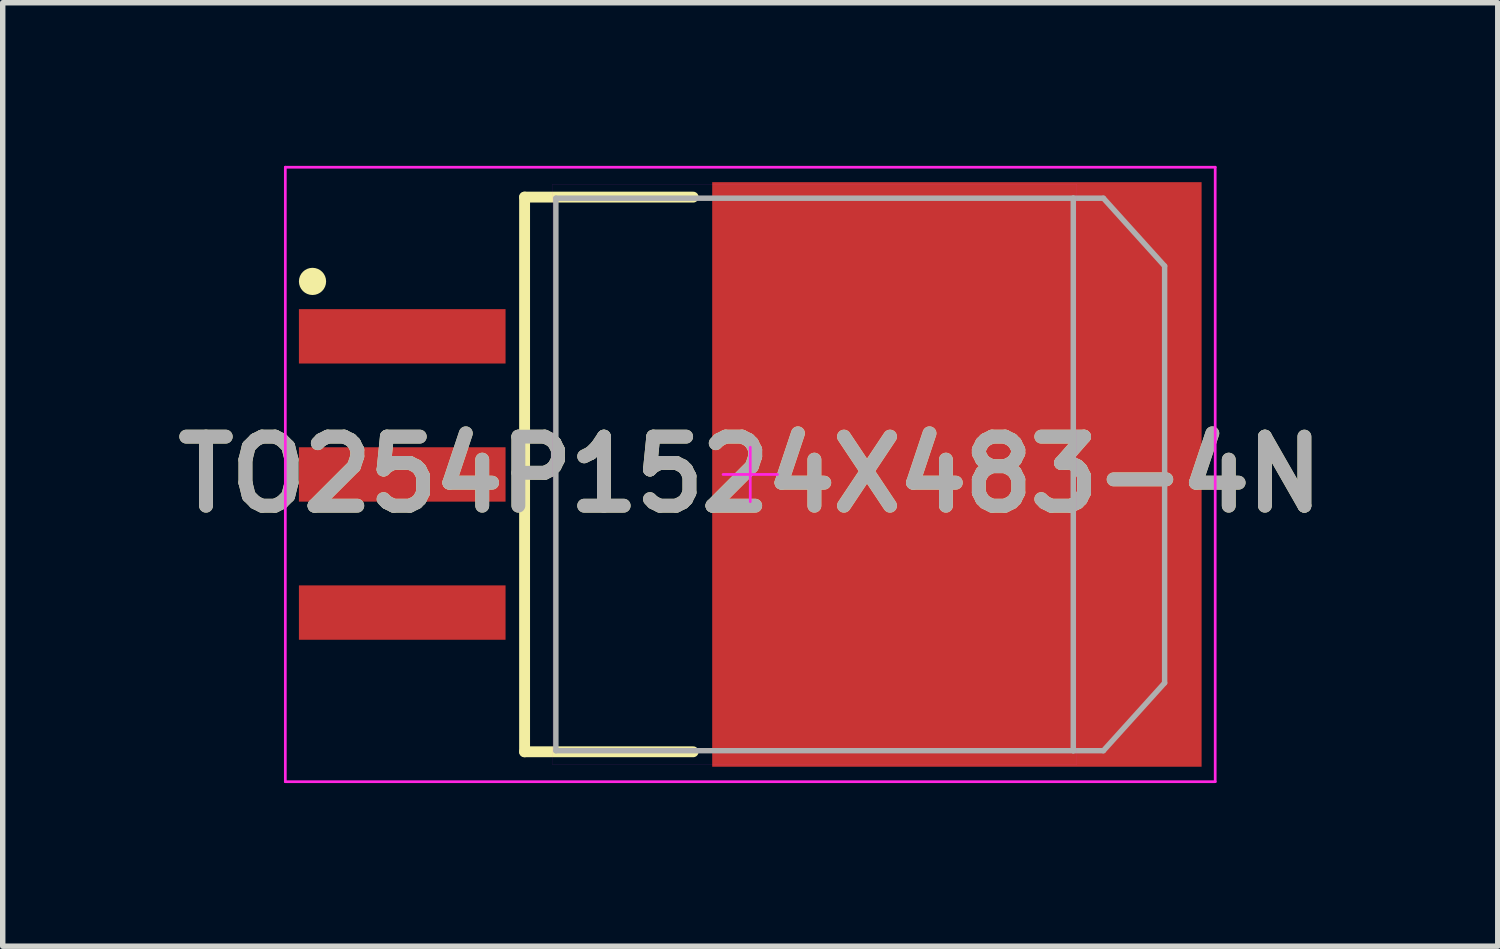
<source format=kicad_pcb>
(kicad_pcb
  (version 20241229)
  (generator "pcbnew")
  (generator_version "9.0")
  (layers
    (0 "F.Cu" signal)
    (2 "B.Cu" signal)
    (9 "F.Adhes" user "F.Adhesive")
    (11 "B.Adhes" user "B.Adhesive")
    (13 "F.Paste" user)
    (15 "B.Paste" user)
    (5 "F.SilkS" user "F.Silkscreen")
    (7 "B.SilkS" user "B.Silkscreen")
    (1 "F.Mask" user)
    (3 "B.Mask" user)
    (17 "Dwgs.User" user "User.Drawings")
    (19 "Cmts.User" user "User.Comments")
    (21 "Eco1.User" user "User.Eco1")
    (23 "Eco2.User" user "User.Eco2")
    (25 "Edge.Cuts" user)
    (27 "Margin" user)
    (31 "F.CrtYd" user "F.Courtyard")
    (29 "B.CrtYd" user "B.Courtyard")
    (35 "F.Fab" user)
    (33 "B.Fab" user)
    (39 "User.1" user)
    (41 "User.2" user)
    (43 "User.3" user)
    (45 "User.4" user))
  (footprint "TO254P1524X483-4N"
    (layer "F.Cu")
    (at 10.747 5.675)
    (property "Reference" "TO254P1524X483-4N" (at 0 0 0) (layer "F.SilkS") (effects (font (size 1.27 1.27) (thickness 0.254))))
    (attr smd)
    (fp_line (start -4.15 -5.1) (end -1.05 -5.1) (stroke (width 0.2) (type solid)) (layer "F.SilkS"))
    (fp_line (start -4.15 5.1) (end -4.15 -5.1) (stroke (width 0.2) (type solid)) (layer "F.SilkS"))
    (fp_line (start -1.05 5.1) (end -4.15 5.1) (stroke (width 0.2) (type solid)) (layer "F.SilkS"))
    (fp_circle (center -8.05 -3.55) (end -8.05 -3.425) (stroke (width 0.25) (type solid)) (fill no) (layer "F.SilkS"))
    (fp_line (start -8.55 -5.65) (end -8.55 5.65) (stroke (width 0.05) (type solid)) (layer "F.CrtYd"))
    (fp_line (start -8.55 5.65) (end 8.55 5.65) (stroke (width 0.05) (type solid)) (layer "F.CrtYd"))
    (fp_line (start -3.642 -5.335) (end -3.642 5.335) (stroke (width 0.001) (type solid)) (layer "F.CrtYd"))
    (fp_line (start -3.642 5.335) (end 6.008 5.335) (stroke (width 0.001) (type solid)) (layer "F.CrtYd"))
    (fp_line (start -0.5 0) (end 0.5 0) (stroke (width 0.05) (type solid)) (layer "F.CrtYd"))
    (fp_line (start 0 0.5) (end 0 -0.5) (stroke (width 0.05) (type solid)) (layer "F.CrtYd"))
    (fp_line (start 6.008 -5.335) (end -3.642 -5.335) (stroke (width 0.001) (type solid)) (layer "F.CrtYd"))
    (fp_line (start 6.008 5.335) (end 6.008 -5.335) (stroke (width 0.001) (type solid)) (layer "F.CrtYd"))
    (fp_line (start 8.55 -5.65) (end -8.55 -5.65) (stroke (width 0.05) (type solid)) (layer "F.CrtYd"))
    (fp_line (start 8.55 5.65) (end 8.55 -5.65) (stroke (width 0.05) (type solid)) (layer "F.CrtYd"))
    (fp_line (start -3.575 -5.08) (end -3.575 5.08) (stroke (width 0.1) (type solid)) (layer "F.Fab"))
    (fp_line (start -3.575 5.08) (end 5.94 5.08) (stroke (width 0.1) (type solid)) (layer "F.Fab"))
    (fp_line (start 5.94 -5.08) (end -3.575 -5.08) (stroke (width 0.1) (type solid)) (layer "F.Fab"))
    (fp_line (start 5.94 5.08) (end 5.94 -5.08) (stroke (width 0.1) (type solid)) (layer "F.Fab"))
    (fp_line (start 5.94 5.08) (end 6.494 5.08) (stroke (width 0.1) (type solid)) (layer "F.Fab"))
    (fp_line (start 6.494 -5.08) (end 5.94 -5.08) (stroke (width 0.1) (type solid)) (layer "F.Fab"))
    (fp_line (start 6.494 5.08) (end 7.62 3.833) (stroke (width 0.1) (type solid)) (layer "F.Fab"))
    (fp_line (start 7.62 -3.833) (end 6.494 -5.08) (stroke (width 0.1) (type solid)) (layer "F.Fab"))
    (fp_line (start 7.62 3.833) (end 7.62 -3.833) (stroke (width 0.1) (type solid)) (layer "F.Fab"))
    (fp_text user "${REFERENCE}" (at 0 0 0) (layer "F.Fab") (effects (font (size 1.27 1.27) (thickness 0.254))))
    (pad "1" smd rect (at -6.4 -2.54 90) (size 1 3.8) (layers "F.Cu" "F.Mask" "F.Paste"))
    (pad "2" smd rect (at -6.4 0 90) (size 1 3.8) (layers "F.Cu" "F.Mask" "F.Paste"))
    (pad "3" smd rect (at -6.4 2.54 90) (size 1 3.8) (layers "F.Cu" "F.Mask" "F.Paste"))
    (pad "4" smd rect (at 3.8 0) (size 9 10.75) (layers "F.Cu" "F.Mask" "F.Paste")))
  (gr_rect
    (start -3 -3)
    (end 24.493 14.35)
    (stroke (width 0.1) (type default))
    (fill no)
    (layer "Edge.Cuts")))
</source>
